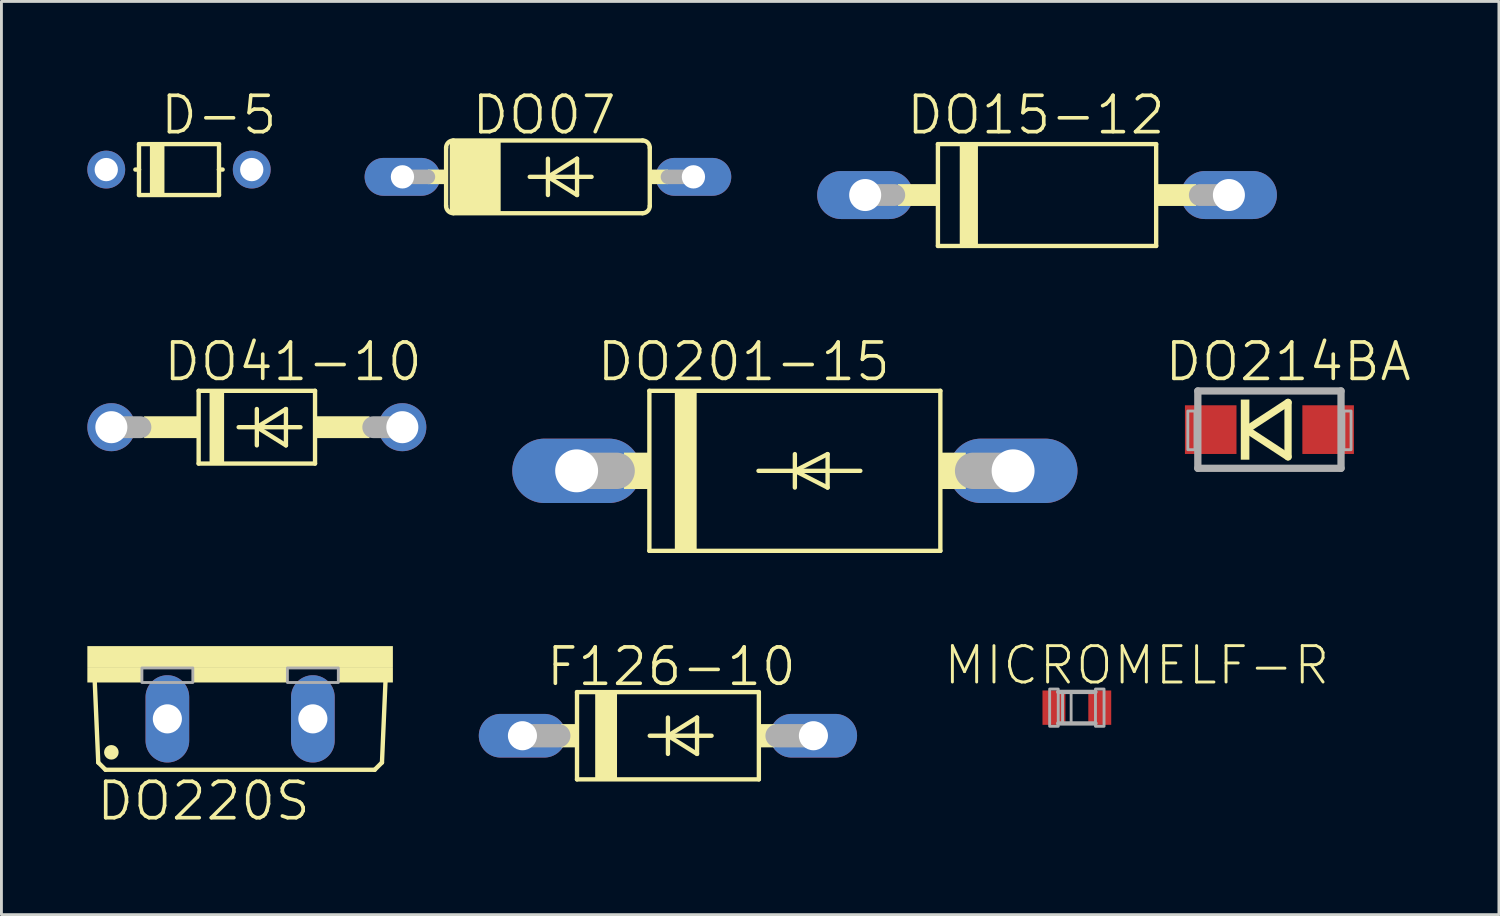
<source format=kicad_pcb>
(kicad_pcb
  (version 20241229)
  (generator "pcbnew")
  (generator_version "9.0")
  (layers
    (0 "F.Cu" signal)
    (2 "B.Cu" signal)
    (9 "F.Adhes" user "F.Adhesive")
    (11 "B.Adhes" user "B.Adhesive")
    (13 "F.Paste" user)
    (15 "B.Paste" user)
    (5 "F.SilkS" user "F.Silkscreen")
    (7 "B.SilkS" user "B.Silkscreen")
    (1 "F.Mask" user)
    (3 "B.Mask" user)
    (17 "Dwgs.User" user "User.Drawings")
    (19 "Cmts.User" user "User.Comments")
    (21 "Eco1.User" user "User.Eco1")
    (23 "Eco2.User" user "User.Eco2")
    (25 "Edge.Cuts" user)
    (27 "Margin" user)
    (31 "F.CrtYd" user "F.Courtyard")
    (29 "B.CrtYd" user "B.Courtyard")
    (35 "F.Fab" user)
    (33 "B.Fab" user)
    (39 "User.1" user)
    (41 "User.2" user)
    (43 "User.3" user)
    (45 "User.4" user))
  (footprint "DO201-15"
    (layer "F.Cu")
    (at 24.704 13.39)
    (property "Reference" "DO201-15" (at -1.784 -3.81 0) (layer "F.SilkS") (effects (font (size 1.27 1.27) (thickness 0.127))))
    (attr through_hole)
    (fp_line (start -5.08 -2.794) (end 5.08 -2.794) (stroke (width 0.152) (type solid)) (layer "F.SilkS"))
    (fp_line (start -5.08 2.794) (end -5.08 -2.794) (stroke (width 0.152) (type solid)) (layer "F.SilkS"))
    (fp_line (start -1.27 0) (end 0 0) (stroke (width 0.152) (type solid)) (layer "F.SilkS"))
    (fp_line (start 0 -0.584) (end 0 0) (stroke (width 0.152) (type solid)) (layer "F.SilkS"))
    (fp_line (start 0 0) (end 0 0.584) (stroke (width 0.152) (type solid)) (layer "F.SilkS"))
    (fp_line (start 0 0) (end 1.143 -0.584) (stroke (width 0.152) (type solid)) (layer "F.SilkS"))
    (fp_line (start 0 0) (end 2.286 0) (stroke (width 0.152) (type solid)) (layer "F.SilkS"))
    (fp_line (start 1.143 -0.584) (end 1.143 0.584) (stroke (width 0.152) (type solid)) (layer "F.SilkS"))
    (fp_line (start 1.143 0.584) (end 0 0) (stroke (width 0.152) (type solid)) (layer "F.SilkS"))
    (fp_line (start 5.08 -2.794) (end 5.08 2.794) (stroke (width 0.152) (type solid)) (layer "F.SilkS"))
    (fp_line (start 5.08 2.794) (end -5.08 2.794) (stroke (width 0.152) (type solid)) (layer "F.SilkS"))
    (fp_poly (pts (xy -5.969 -0.635) (xy -5.08 -0.635) (xy -5.08 0.635) (xy -5.969 0.635)) (stroke (width 0) (type solid)) (fill yes) (layer "F.SilkS"))
    (fp_poly (pts (xy -4.191 -2.794) (xy -3.429 -2.794) (xy -3.429 2.794) (xy -4.191 2.794)) (stroke (width 0) (type solid)) (fill yes) (layer "F.SilkS"))
    (fp_poly (pts (xy 5.08 -0.635) (xy 5.969 -0.635) (xy 5.969 0.635) (xy 5.08 0.635)) (stroke (width 0) (type solid)) (fill yes) (layer "F.SilkS"))
    (fp_line (start -7.62 0) (end -6.223 0) (stroke (width 1.27) (type solid)) (layer "F.Fab"))
    (fp_line (start 7.62 0) (end 6.223 0) (stroke (width 1.27) (type solid)) (layer "F.Fab"))
    (pad "A" thru_hole oval (at 7.62 0) (size 4.496 2.248) (drill 1.499) (layers "*.Cu" "*.Mask"))
    (pad "C" thru_hole oval (at -7.62 0) (size 4.496 2.248) (drill 1.499) (layers "*.Cu" "*.Mask")))
  (footprint "DO15-12"
    (layer "F.Cu")
    (at 33.509 3.76)
    (property "Reference" "DO15-12" (at -0.387 -2.794 0) (layer "F.SilkS") (effects (font (size 1.27 1.27) (thickness 0.127))))
    (attr through_hole)
    (fp_line (start -3.81 -1.778) (end -3.81 1.778) (stroke (width 0.152) (type solid)) (layer "F.SilkS"))
    (fp_line (start -3.81 1.778) (end 3.81 1.778) (stroke (width 0.152) (type solid)) (layer "F.SilkS"))
    (fp_line (start 3.81 -1.778) (end -3.81 -1.778) (stroke (width 0.152) (type solid)) (layer "F.SilkS"))
    (fp_line (start 3.81 1.778) (end 3.81 -1.778) (stroke (width 0.152) (type solid)) (layer "F.SilkS"))
    (fp_poly (pts (xy -5.207 -0.381) (xy -3.81 -0.381) (xy -3.81 0.381) (xy -5.207 0.381)) (stroke (width 0) (type solid)) (fill yes) (layer "F.SilkS"))
    (fp_poly (pts (xy -3.048 -1.778) (xy -2.413 -1.778) (xy -2.413 1.778) (xy -3.048 1.778)) (stroke (width 0) (type solid)) (fill yes) (layer "F.SilkS"))
    (fp_poly (pts (xy 3.81 -0.381) (xy 5.207 -0.381) (xy 5.207 0.381) (xy 3.81 0.381)) (stroke (width 0) (type solid)) (fill yes) (layer "F.SilkS"))
    (fp_line (start -6.35 0) (end -5.334 0) (stroke (width 0.762) (type solid)) (layer "F.Fab"))
    (fp_line (start 6.35 0) (end 5.334 0) (stroke (width 0.762) (type solid)) (layer "F.Fab"))
    (pad "A" thru_hole oval (at 6.35 0) (size 3.353 1.676) (drill 1.118) (layers "*.Cu" "*.Mask"))
    (pad "C" thru_hole oval (at -6.35 0) (size 3.353 1.676) (drill 1.118) (layers "*.Cu" "*.Mask")))
  (footprint "DO220S"
    (layer "F.Cu")
    (at 5.334 19.51)
    (property "Reference" "DO220S" (at -1.276 5.41 0) (layer "F.SilkS") (effects (font (size 1.27 1.27) (thickness 0.127))))
    (attr through_hole)
    (fp_line (start -4.953 4.064) (end -5.08 1.143) (stroke (width 0.152) (type solid)) (layer "F.SilkS"))
    (fp_line (start -4.953 4.064) (end -4.699 4.318) (stroke (width 0.152) (type solid)) (layer "F.SilkS"))
    (fp_line (start 4.699 4.318) (end -4.699 4.318) (stroke (width 0.152) (type solid)) (layer "F.SilkS"))
    (fp_line (start 4.699 4.318) (end 4.953 4.064) (stroke (width 0.152) (type solid)) (layer "F.SilkS"))
    (fp_line (start 5.08 1.143) (end 4.953 4.064) (stroke (width 0.152) (type solid)) (layer "F.SilkS"))
    (fp_poly (pts (xy -5.334 0) (xy 5.334 0) (xy 5.334 0.762) (xy -5.334 0.762)) (stroke (width 0) (type solid)) (fill yes) (layer "F.SilkS"))
    (fp_poly (pts (xy -5.334 0.762) (xy -3.429 0.762) (xy -3.429 1.27) (xy -5.334 1.27)) (stroke (width 0) (type solid)) (fill yes) (layer "F.SilkS"))
    (fp_poly (pts (xy -1.651 0.762) (xy 1.651 0.762) (xy 1.651 1.27) (xy -1.651 1.27)) (stroke (width 0) (type solid)) (fill yes) (layer "F.SilkS"))
    (fp_poly (pts (xy 3.429 0.762) (xy 5.334 0.762) (xy 5.334 1.27) (xy 3.429 1.27)) (stroke (width 0) (type solid)) (fill yes) (layer "F.SilkS"))
    (fp_poly (pts (xy -4.242 3.708) (xy -4.25 3.774) (xy -4.276 3.835) (xy -4.316 3.888) (xy -4.369 3.928) (xy -4.43 3.954) (xy -4.496 3.962) (xy -4.562 3.954) (xy -4.623 3.928) (xy -4.675 3.888) (xy -4.716 3.835) (xy -4.741 3.774) (xy -4.75 3.708) (xy -4.741 3.643) (xy -4.716 3.581) (xy -4.675 3.529) (xy -4.623 3.488) (xy -4.562 3.463) (xy -4.496 3.454) (xy -4.43 3.463) (xy -4.369 3.488) (xy -4.316 3.529) (xy -4.276 3.581) (xy -4.25 3.643)) (stroke (width 0) (type solid)) (fill yes) (layer "F.SilkS"))
    (fp_poly (pts (xy -3.429 0.762) (xy -1.651 0.762) (xy -1.651 1.27) (xy -3.429 1.27)) (stroke (width 0.1) (type solid)) (fill no) (layer "F.Fab"))
    (fp_poly (pts (xy 1.651 0.762) (xy 3.429 0.762) (xy 3.429 1.27) (xy 1.651 1.27)) (stroke (width 0.1) (type solid)) (fill no) (layer "F.Fab"))
    (pad "A" thru_hole oval (at 2.54 2.54) (size 1.524 3.048) (drill 1.016) (layers "*.Cu" "*.Mask"))
    (pad "C" thru_hole oval (at -2.54 2.54) (size 1.524 3.048) (drill 1.016) (layers "*.Cu" "*.Mask")))
  (footprint "F126-10"
    (layer "F.Cu")
    (at 20.272 22.639)
    (property "Reference" "F126-10" (at 0.121 -2.413 0) (layer "F.SilkS") (effects (font (size 1.27 1.27) (thickness 0.127))))
    (attr through_hole)
    (fp_line (start -3.175 -1.524) (end -3.175 1.524) (stroke (width 0.152) (type solid)) (layer "F.SilkS"))
    (fp_line (start -3.175 1.524) (end 3.175 1.524) (stroke (width 0.152) (type solid)) (layer "F.SilkS"))
    (fp_line (start -0.635 0) (end 0 0) (stroke (width 0.152) (type solid)) (layer "F.SilkS"))
    (fp_line (start 0 -0.635) (end 0 0) (stroke (width 0.152) (type solid)) (layer "F.SilkS"))
    (fp_line (start 0 0) (end 0 0.635) (stroke (width 0.152) (type solid)) (layer "F.SilkS"))
    (fp_line (start 0 0) (end 1.016 -0.635) (stroke (width 0.152) (type solid)) (layer "F.SilkS"))
    (fp_line (start 0 0) (end 1.524 0) (stroke (width 0.152) (type solid)) (layer "F.SilkS"))
    (fp_line (start 1.016 -0.635) (end 1.016 0.635) (stroke (width 0.152) (type solid)) (layer "F.SilkS"))
    (fp_line (start 1.016 0.635) (end 0 0) (stroke (width 0.152) (type solid)) (layer "F.SilkS"))
    (fp_line (start 3.175 -1.524) (end -3.175 -1.524) (stroke (width 0.152) (type solid)) (layer "F.SilkS"))
    (fp_line (start 3.175 1.524) (end 3.175 -1.524) (stroke (width 0.152) (type solid)) (layer "F.SilkS"))
    (fp_poly (pts (xy -3.734 -0.406) (xy -3.175 -0.406) (xy -3.175 0.406) (xy -3.734 0.406)) (stroke (width 0) (type solid)) (fill yes) (layer "F.SilkS"))
    (fp_poly (pts (xy -2.54 -1.524) (xy -1.778 -1.524) (xy -1.778 1.524) (xy -2.54 1.524)) (stroke (width 0) (type solid)) (fill yes) (layer "F.SilkS"))
    (fp_poly (pts (xy 3.175 -0.406) (xy 3.734 -0.406) (xy 3.734 0.406) (xy 3.175 0.406)) (stroke (width 0) (type solid)) (fill yes) (layer "F.SilkS"))
    (fp_line (start -5.08 0) (end -3.81 0) (stroke (width 0.813) (type solid)) (layer "F.Fab"))
    (fp_line (start 5.08 0) (end 3.81 0) (stroke (width 0.813) (type solid)) (layer "F.Fab"))
    (pad "A" thru_hole oval (at 5.08 0) (size 3.048 1.524) (drill 1.016) (layers "*.Cu" "*.Mask"))
    (pad "C" thru_hole oval (at -5.08 0) (size 3.048 1.524) (drill 1.016) (layers "*.Cu" "*.Mask")))
  (footprint "D-5"
    (layer "F.Cu")
    (at 3.2 2.871)
    (property "Reference" "D-5" (at 1.391 -1.905 0) (layer "F.SilkS") (effects (font (size 1.27 1.27) (thickness 0.127))))
    (attr through_hole)
    (fp_line (start -1.397 -0.889) (end -1.397 0) (stroke (width 0.152) (type solid)) (layer "F.SilkS"))
    (fp_line (start -1.397 0) (end -1.524 0) (stroke (width 0.152) (type solid)) (layer "F.SilkS"))
    (fp_line (start -1.397 0) (end -1.397 0.889) (stroke (width 0.152) (type solid)) (layer "F.SilkS"))
    (fp_line (start -1.397 0.889) (end 1.397 0.889) (stroke (width 0.152) (type solid)) (layer "F.SilkS"))
    (fp_line (start 1.397 -0.889) (end -1.397 -0.889) (stroke (width 0.152) (type solid)) (layer "F.SilkS"))
    (fp_line (start 1.397 0) (end 1.397 -0.889) (stroke (width 0.152) (type solid)) (layer "F.SilkS"))
    (fp_line (start 1.397 0.889) (end 1.397 0) (stroke (width 0.152) (type solid)) (layer "F.SilkS"))
    (fp_line (start 1.524 0) (end 1.397 0) (stroke (width 0.152) (type solid)) (layer "F.SilkS"))
    (fp_poly (pts (xy -1.016 -0.889) (xy -0.508 -0.889) (xy -0.508 0.889) (xy -1.016 0.889)) (stroke (width 0) (type solid)) (fill yes) (layer "F.SilkS"))
    (pad "A" thru_hole circle (at 2.54 0) (size 1.321 1.321) (drill 0.813) (layers "*.Cu" "*.Mask"))
    (pad "C" thru_hole circle (at -2.54 0) (size 1.321 1.321) (drill 0.813) (layers "*.Cu" "*.Mask")))
  (footprint "MICROMELF-R"
    (layer "F.Cu")
    (at 34.55 21.659)
    (property "Reference" "MICROMELF-R" (at 2.095 -1.478 0) (layer "F.SilkS") (effects (font (size 1.27 1.27) (thickness 0.102))))
    (attr through_hole)
    (fp_line (start -0.65 -0.55) (end 0.65 -0.55) (stroke (width 0.152) (type solid)) (layer "F.Fab"))
    (fp_line (start -0.65 0.55) (end 0.65 0.55) (stroke (width 0.152) (type solid)) (layer "F.Fab"))
    (fp_poly (pts (xy -0.95 -0.65) (xy -0.65 -0.65) (xy -0.65 0.65) (xy -0.95 0.65)) (stroke (width 0.1) (type solid)) (fill no) (layer "F.Fab"))
    (fp_poly (pts (xy -0.5 -0.55) (xy -0.2 -0.55) (xy -0.2 0.55) (xy -0.5 0.55)) (stroke (width 0.1) (type solid)) (fill no) (layer "F.Fab"))
    (fp_poly (pts (xy 0.65 -0.65) (xy 0.95 -0.65) (xy 0.95 0.65) (xy 0.65 0.65)) (stroke (width 0.1) (type solid)) (fill no) (layer "F.Fab"))
    (pad "A" smd rect (at 0.8 0) (size 0.8 1.2) (layers "F.Cu" "F.Mask" "F.Paste"))
    (pad "C" smd rect (at -0.8 0) (size 0.8 1.2) (layers "F.Cu" "F.Mask" "F.Paste")))
  (footprint "DO07"
    (layer "F.Cu")
    (at 16.082 3.125)
    (property "Reference" "DO07" (at -0.133 -2.159 0) (layer "F.SilkS") (effects (font (size 1.27 1.27) (thickness 0.127))))
    (attr through_hole)
    (fp_line (start -3.556 -1.016) (end -3.556 1.016) (stroke (width 0.152) (type solid)) (layer "F.SilkS"))
    (fp_line (start -3.302 -1.27) (end 3.302 -1.27) (stroke (width 0.152) (type solid)) (layer "F.SilkS"))
    (fp_line (start -3.302 1.27) (end 3.302 1.27) (stroke (width 0.152) (type solid)) (layer "F.SilkS"))
    (fp_line (start -0.635 0) (end 0 0) (stroke (width 0.152) (type solid)) (layer "F.SilkS"))
    (fp_line (start 0 -0.635) (end 0 0) (stroke (width 0.152) (type solid)) (layer "F.SilkS"))
    (fp_line (start 0 0) (end 0 0.635) (stroke (width 0.152) (type solid)) (layer "F.SilkS"))
    (fp_line (start 0 0) (end 1.016 -0.635) (stroke (width 0.152) (type solid)) (layer "F.SilkS"))
    (fp_line (start 0 0) (end 1.524 0) (stroke (width 0.152) (type solid)) (layer "F.SilkS"))
    (fp_line (start 1.016 -0.635) (end 1.016 0.635) (stroke (width 0.152) (type solid)) (layer "F.SilkS"))
    (fp_line (start 1.016 0.635) (end 0 0) (stroke (width 0.152) (type solid)) (layer "F.SilkS"))
    (fp_line (start 3.556 1.016) (end 3.556 -1.016) (stroke (width 0.152) (type solid)) (layer "F.SilkS"))
    (fp_arc (start -3.556 -1.016) (mid -3.481605 -1.195605) (end -3.302 -1.27) (stroke (width 0.1524) (type solid)) (layer "F.SilkS"))
    (fp_arc (start -3.302 1.27) (mid -3.481605 1.195605) (end -3.556 1.016) (stroke (width 0.1524) (type solid)) (layer "F.SilkS"))
    (fp_arc (start 3.302 -1.27) (mid 3.481605 -1.195605) (end 3.556 -1.016) (stroke (width 0.1524) (type solid)) (layer "F.SilkS"))
    (fp_arc (start 3.556 1.016) (mid 3.481605 1.195605) (end 3.302 1.27) (stroke (width 0.1524) (type solid)) (layer "F.SilkS"))
    (fp_poly (pts (xy -4.191 -0.254) (xy -3.556 -0.254) (xy -3.556 0.254) (xy -4.191 0.254)) (stroke (width 0) (type solid)) (fill yes) (layer "F.SilkS"))
    (fp_poly (pts (xy -3.429 -1.27) (xy -1.651 -1.27) (xy -1.651 1.27) (xy -3.429 1.27)) (stroke (width 0) (type solid)) (fill yes) (layer "F.SilkS"))
    (fp_poly (pts (xy 3.556 -0.254) (xy 4.191 -0.254) (xy 4.191 0.254) (xy 3.556 0.254)) (stroke (width 0) (type solid)) (fill yes) (layer "F.SilkS"))
    (fp_line (start -5.08 0) (end -4.191 0) (stroke (width 0.508) (type solid)) (layer "F.Fab"))
    (fp_line (start 5.08 0) (end 4.191 0) (stroke (width 0.508) (type solid)) (layer "F.Fab"))
    (pad "A" thru_hole oval (at 5.08 0) (size 2.642 1.321) (drill 0.813) (layers "*.Cu" "*.Mask"))
    (pad "C" thru_hole oval (at -5.08 0) (size 2.642 1.321) (drill 0.813) (layers "*.Cu" "*.Mask")))
  (footprint "DO41-10"
    (layer "F.Cu")
    (at 5.918 11.866)
    (property "Reference" "DO41-10" (at 1.264 -2.286 0) (layer "F.SilkS") (effects (font (size 1.27 1.27) (thickness 0.127))))
    (attr through_hole)
    (fp_line (start -2.032 -1.27) (end -2.032 1.27) (stroke (width 0.152) (type solid)) (layer "F.SilkS"))
    (fp_line (start -2.032 -1.27) (end 2.032 -1.27) (stroke (width 0.152) (type solid)) (layer "F.SilkS"))
    (fp_line (start -0.635 0) (end 0 0) (stroke (width 0.152) (type solid)) (layer "F.SilkS"))
    (fp_line (start 0 -0.635) (end 0 0) (stroke (width 0.152) (type solid)) (layer "F.SilkS"))
    (fp_line (start 0 0) (end 0 0.635) (stroke (width 0.152) (type solid)) (layer "F.SilkS"))
    (fp_line (start 0 0) (end 1.016 -0.635) (stroke (width 0.152) (type solid)) (layer "F.SilkS"))
    (fp_line (start 0 0) (end 1.524 0) (stroke (width 0.152) (type solid)) (layer "F.SilkS"))
    (fp_line (start 1.016 -0.635) (end 1.016 0.635) (stroke (width 0.152) (type solid)) (layer "F.SilkS"))
    (fp_line (start 1.016 0.635) (end 0 0) (stroke (width 0.152) (type solid)) (layer "F.SilkS"))
    (fp_line (start 2.032 1.27) (end -2.032 1.27) (stroke (width 0.152) (type solid)) (layer "F.SilkS"))
    (fp_line (start 2.032 1.27) (end 2.032 -1.27) (stroke (width 0.152) (type solid)) (layer "F.SilkS"))
    (fp_poly (pts (xy -3.937 -0.381) (xy -2.032 -0.381) (xy -2.032 0.381) (xy -3.937 0.381)) (stroke (width 0) (type solid)) (fill yes) (layer "F.SilkS"))
    (fp_poly (pts (xy -1.651 -1.27) (xy -1.143 -1.27) (xy -1.143 1.27) (xy -1.651 1.27)) (stroke (width 0) (type solid)) (fill yes) (layer "F.SilkS"))
    (fp_poly (pts (xy 2.032 -0.381) (xy 3.937 -0.381) (xy 3.937 0.381) (xy 2.032 0.381)) (stroke (width 0) (type solid)) (fill yes) (layer "F.SilkS"))
    (fp_line (start -5.08 0) (end -4.064 0) (stroke (width 0.762) (type solid)) (layer "F.Fab"))
    (fp_line (start 5.08 0) (end 4.064 0) (stroke (width 0.762) (type solid)) (layer "F.Fab"))
    (pad "A" thru_hole circle (at 5.08 0) (size 1.676 1.676) (drill 1.118) (layers "*.Cu" "*.Mask"))
    (pad "C" thru_hole circle (at -5.08 0) (size 1.676 1.676) (drill 1.118) (layers "*.Cu" "*.Mask")))
  (footprint "DO214BA"
    (layer "F.Cu")
    (at 41.274 11.951)
    (property "Reference" "DO214BA" (at 0.656 -2.371 0) (layer "F.SilkS") (effects (font (size 1.27 1.27) (thickness 0.127))))
    (attr through_hole)
    (fp_line (start -0.8 0) (end 0.65 -0.95) (stroke (width 0.254) (type solid)) (layer "F.SilkS"))
    (fp_line (start 0.65 -0.95) (end 0.65 0.95) (stroke (width 0.254) (type solid)) (layer "F.SilkS"))
    (fp_line (start 0.65 0.95) (end -0.8 0) (stroke (width 0.254) (type solid)) (layer "F.SilkS"))
    (fp_poly (pts (xy -1 -1.05) (xy -0.7 -1.05) (xy -0.7 1.05) (xy -1 1.05)) (stroke (width 0) (type solid)) (fill yes) (layer "F.SilkS"))
    (fp_line (start -2.5 -1.35) (end 2.5 -1.35) (stroke (width 0.254) (type solid)) (layer "F.Fab"))
    (fp_line (start -2.5 1.35) (end -2.5 -1.35) (stroke (width 0.254) (type solid)) (layer "F.Fab"))
    (fp_line (start 2.5 -1.35) (end 2.5 1.35) (stroke (width 0.254) (type solid)) (layer "F.Fab"))
    (fp_line (start 2.5 1.35) (end -2.5 1.35) (stroke (width 0.254) (type solid)) (layer "F.Fab"))
    (fp_poly (pts (xy -2.85 -0.65) (xy -2.6 -0.65) (xy -2.6 0.7) (xy -2.85 0.7)) (stroke (width 0.1) (type solid)) (fill no) (layer "F.Fab"))
    (fp_poly (pts (xy 2.6 -0.65) (xy 2.85 -0.65) (xy 2.85 0.7) (xy 2.6 0.7)) (stroke (width 0.1) (type solid)) (fill no) (layer "F.Fab"))
    (pad "A" smd rect (at 2.05 0) (size 1.8 1.7) (layers "F.Cu" "F.Mask" "F.Paste"))
    (pad "C" smd rect (at -2.05 0) (size 1.8 1.7) (layers "F.Cu" "F.Mask" "F.Paste")))
  (gr_rect
    (start -3 -3)
    (end 49.287 28.886)
    (stroke (width 0.1) (type default))
    (fill no)
    (layer "Edge.Cuts")))
</source>
